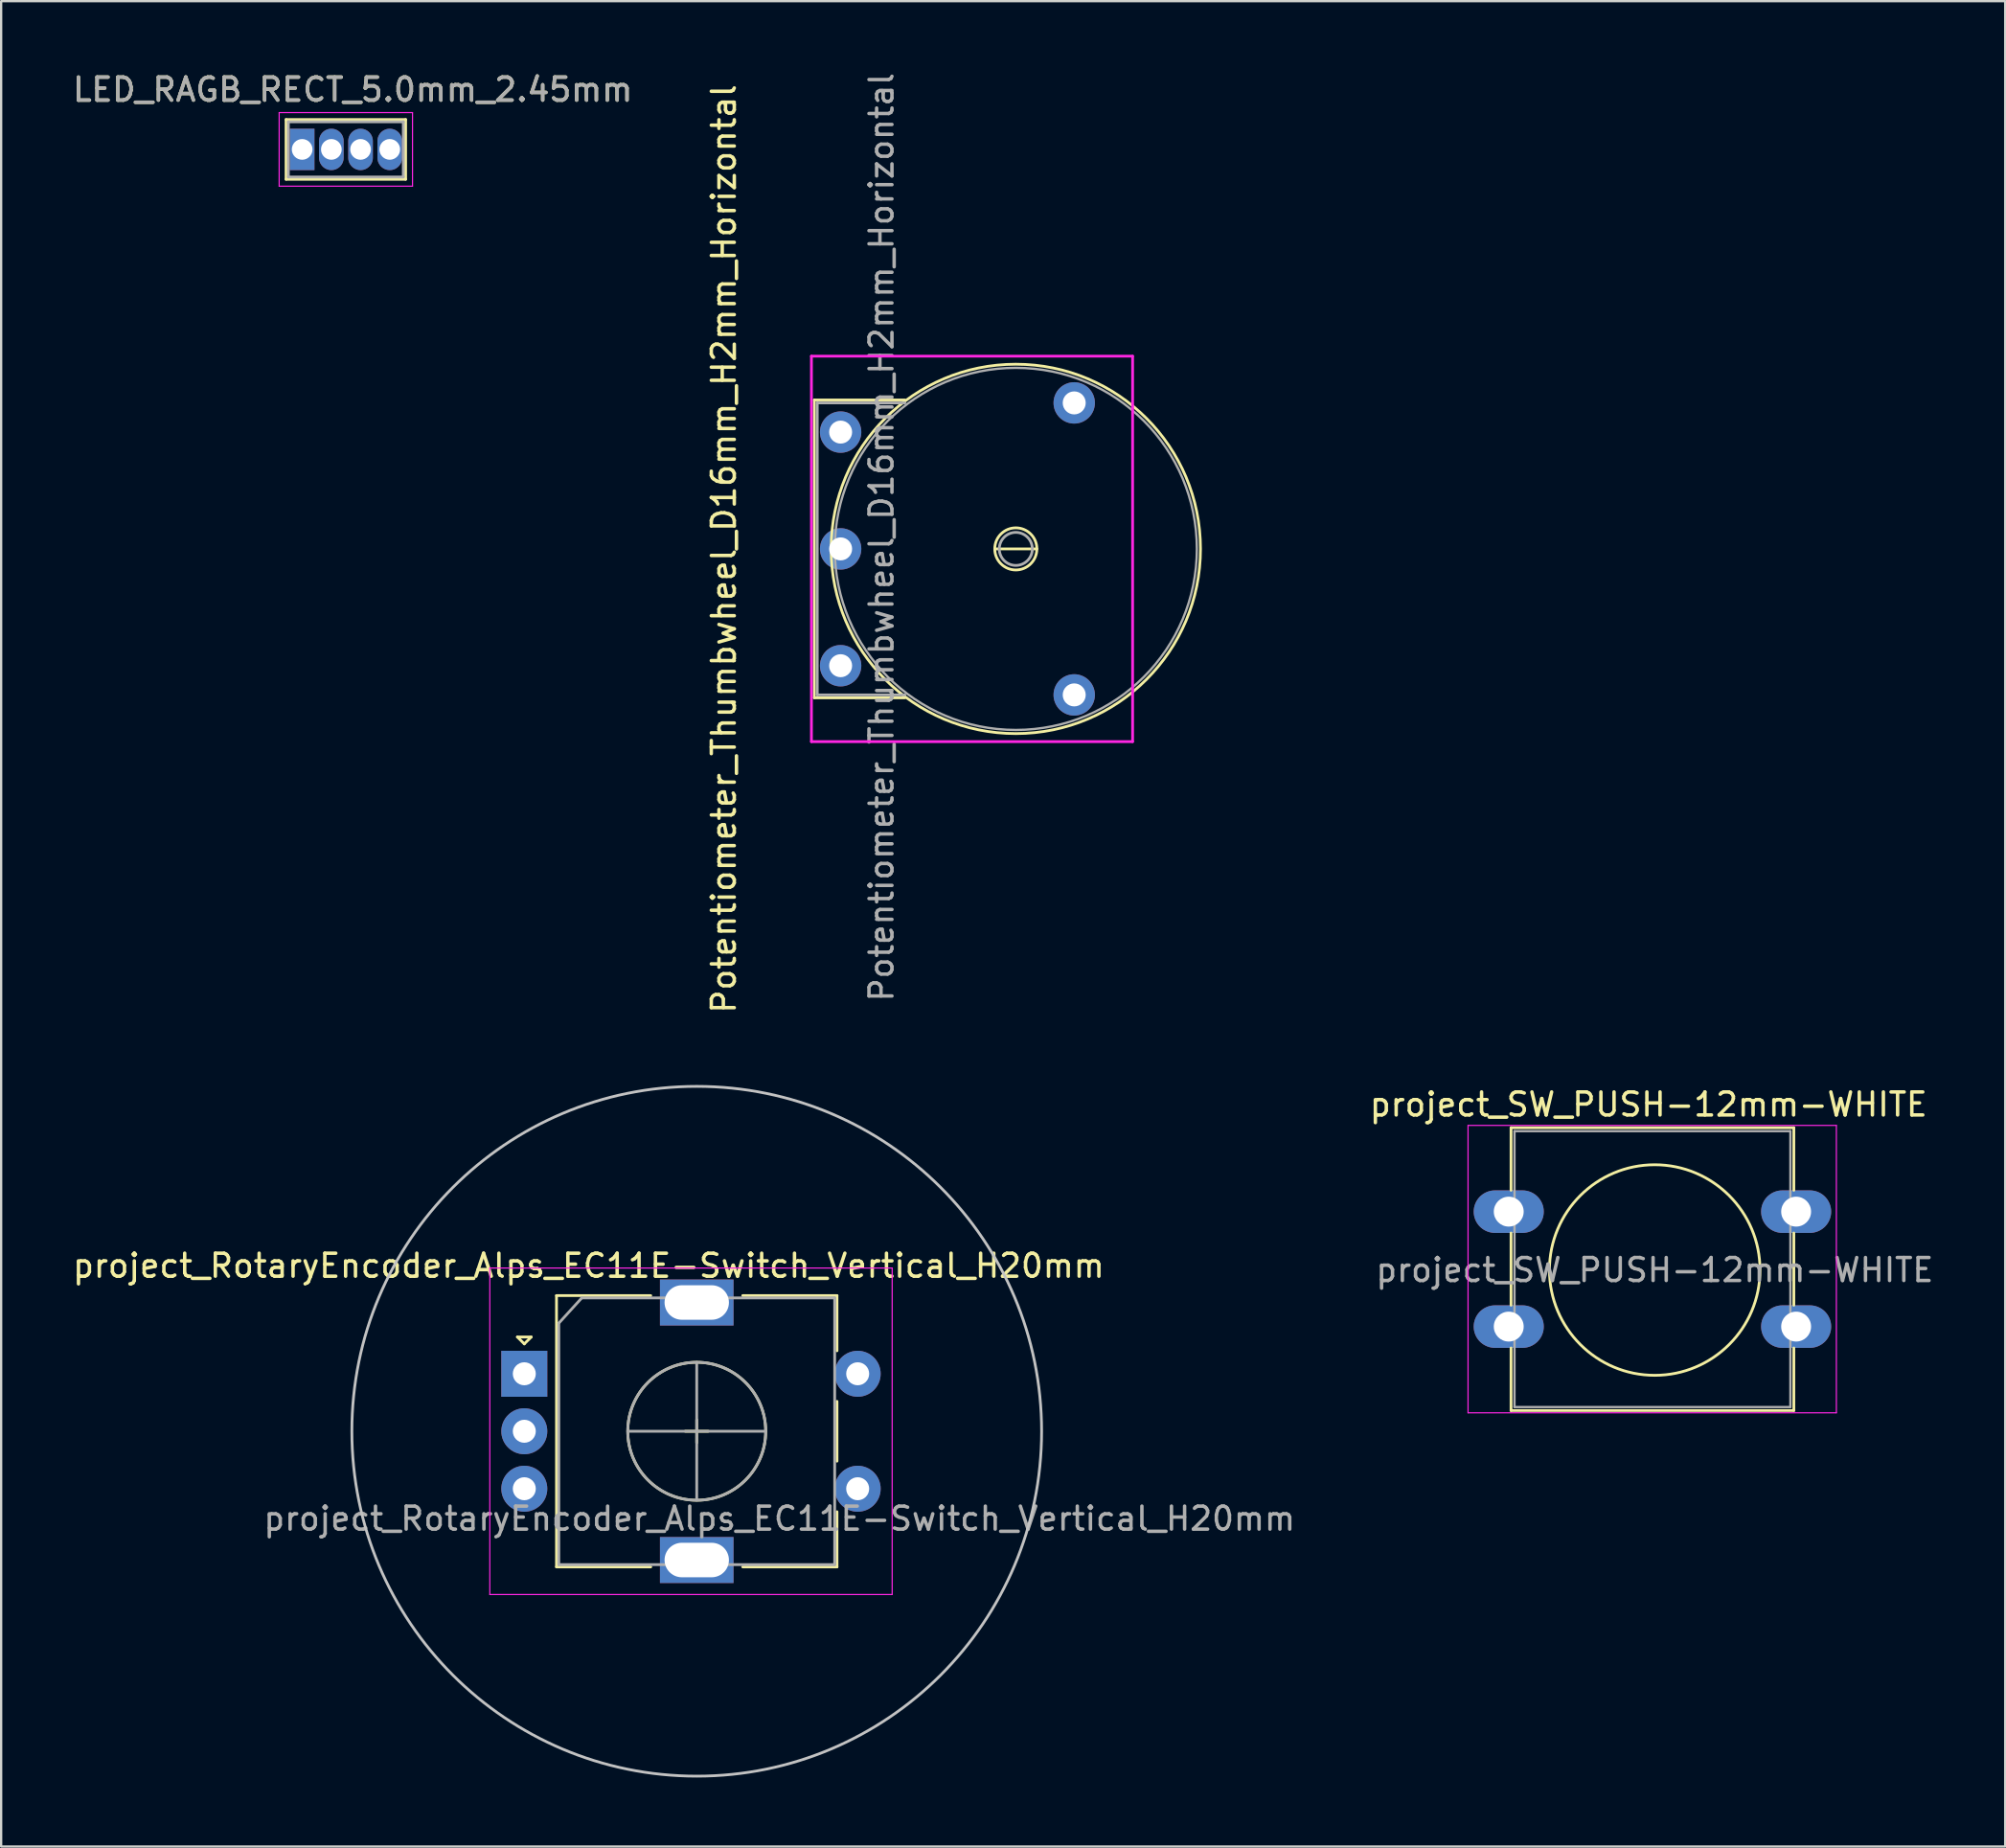
<source format=kicad_pcb>
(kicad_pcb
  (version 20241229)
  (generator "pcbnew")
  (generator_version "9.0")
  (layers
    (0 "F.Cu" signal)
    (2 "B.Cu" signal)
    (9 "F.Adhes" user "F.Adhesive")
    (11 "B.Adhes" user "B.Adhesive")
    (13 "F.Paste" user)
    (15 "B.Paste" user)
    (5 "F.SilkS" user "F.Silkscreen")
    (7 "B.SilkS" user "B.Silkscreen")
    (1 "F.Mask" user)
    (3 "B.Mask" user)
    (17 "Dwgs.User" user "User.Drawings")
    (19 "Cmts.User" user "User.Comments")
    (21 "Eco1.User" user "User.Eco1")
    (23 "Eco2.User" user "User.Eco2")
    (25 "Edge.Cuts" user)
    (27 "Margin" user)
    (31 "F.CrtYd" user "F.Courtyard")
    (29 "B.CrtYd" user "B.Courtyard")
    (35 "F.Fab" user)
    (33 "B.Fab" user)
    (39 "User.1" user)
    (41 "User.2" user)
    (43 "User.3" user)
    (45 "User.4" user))
  (footprint "Potentiometer_Thumbwheel_D16mm_H2mm_Horizontal"
    (layer "F.Cu")
    (at 33.512 15.743)
    (property "Reference" "Potentiometer_Thumbwheel_D16mm_H2mm_Horizontal" (at -5.08 5.08 90) (layer "F.SilkS") (effects (font (size 1 1) (thickness 0.15))))
    (attr through_hole)
    (fp_line (start -1.143 -1.397) (end -1.143 11.557) (stroke (width 0.12) (type solid)) (layer "F.SilkS"))
    (fp_line (start -1.143 -1.397) (end 2.794 -1.397) (stroke (width 0.12) (type solid)) (layer "F.SilkS"))
    (fp_line (start -1.143 11.557) (end 2.794 11.557) (stroke (width 0.12) (type solid)) (layer "F.SilkS"))
    (fp_line (start 6.704 5.08) (end 8.536 5.08) (stroke (width 0.12) (type solid)) (layer "F.SilkS"))
    (fp_circle (center 7.62 5.08) (end 8.382 4.572) (stroke (width 0.12) (type solid)) (fill no) (layer "F.SilkS"))
    (fp_circle (center 7.62 5.08) (end 10.16 -2.54) (stroke (width 0.12) (type solid)) (fill no) (layer "F.SilkS"))
    (fp_line (start -1.27 -3.302) (end -1.27 13.462) (stroke (width 0.12) (type solid)) (layer "F.CrtYd"))
    (fp_line (start -1.27 13.462) (end 12.7 13.462) (stroke (width 0.12) (type solid)) (layer "F.CrtYd"))
    (fp_line (start 12.7 -3.302) (end -1.27 -3.302) (stroke (width 0.12) (type solid)) (layer "F.CrtYd"))
    (fp_line (start 12.7 13.462) (end 12.7 -3.302) (stroke (width 0.12) (type solid)) (layer "F.CrtYd"))
    (fp_line (start -1.016 -1.27) (end -1.016 11.43) (stroke (width 0.12) (type solid)) (layer "F.Fab"))
    (fp_line (start -1.016 11.43) (end 2.794 11.43) (stroke (width 0.12) (type solid)) (layer "F.Fab"))
    (fp_line (start 2.794 -1.27) (end -1.016 -1.27) (stroke (width 0.12) (type solid)) (layer "F.Fab"))
    (fp_circle (center 7.62 5.08) (end 8.128 4.572) (stroke (width 0.12) (type solid)) (fill no) (layer "F.Fab"))
    (fp_circle (center 7.62 5.08) (end 15.494 5.08) (stroke (width 0.1) (type solid)) (fill no) (layer "F.Fab"))
    (fp_text user "${REFERENCE}" (at 1.778 4.572 90) (layer "F.Fab") (effects (font (size 1 1) (thickness 0.15))))
    (pad "1" thru_hole circle (at 0 0) (size 1.8 1.8) (drill 1) (layers "*.Cu" "*.Mask"))
    (pad "2" thru_hole circle (at 0 5.08) (size 1.8 1.8) (drill 1) (layers "*.Cu" "*.Mask"))
    (pad "3" thru_hole circle (at 0 10.16) (size 1.8 1.8) (drill 1) (layers "*.Cu" "*.Mask"))
    (pad "MP" thru_hole circle (at 10.16 -1.27) (size 1.8 1.8) (drill 1) (layers "*.Cu" "*.Mask"))
    (pad "MP" thru_hole circle (at 10.16 11.43) (size 1.8 1.8) (drill 1) (layers "*.Cu" "*.Mask")))
  (footprint "project_SW_PUSH-12mm-WHITE"
    (layer "F.Cu")
    (at 62.571 49.647)
    (property "Reference" "project_SW_PUSH-12mm-WHITE" (at 6.08 -4.66 0) (layer "F.SilkS") (effects (font (size 1 1) (thickness 0.15))))
    (attr through_hole)
    (fp_line (start 0.1 -3.65) (end 12.4 -3.65) (stroke (width 0.12) (type solid)) (layer "F.SilkS"))
    (fp_line (start 0.1 -0.93) (end 0.1 -3.65) (stroke (width 0.12) (type solid)) (layer "F.SilkS"))
    (fp_line (start 0.1 4.07) (end 0.1 0.93) (stroke (width 0.12) (type solid)) (layer "F.SilkS"))
    (fp_line (start 0.1 8.65) (end 0.1 5.93) (stroke (width 0.12) (type solid)) (layer "F.SilkS"))
    (fp_line (start 12.4 -3.65) (end 12.4 -0.93) (stroke (width 0.12) (type solid)) (layer "F.SilkS"))
    (fp_line (start 12.4 0.93) (end 12.4 4.07) (stroke (width 0.12) (type solid)) (layer "F.SilkS"))
    (fp_line (start 12.4 5.93) (end 12.4 8.65) (stroke (width 0.12) (type solid)) (layer "F.SilkS"))
    (fp_line (start 12.4 8.65) (end 0.1 8.65) (stroke (width 0.12) (type solid)) (layer "F.SilkS"))
    (fp_circle (center 6.35 2.54) (end 10.16 5.08) (stroke (width 0.12) (type solid)) (fill no) (layer "F.SilkS"))
    (fp_line (start -1.77 -3.75) (end -1.77 8.75) (stroke (width 0.05) (type solid)) (layer "F.CrtYd"))
    (fp_line (start -1.77 -3.75) (end 14.25 -3.75) (stroke (width 0.05) (type solid)) (layer "F.CrtYd"))
    (fp_line (start 14.25 8.75) (end -1.77 8.75) (stroke (width 0.05) (type solid)) (layer "F.CrtYd"))
    (fp_line (start 14.25 8.75) (end 14.25 -3.75) (stroke (width 0.05) (type solid)) (layer "F.CrtYd"))
    (fp_line (start 0.25 -3.5) (end 0.25 8.5) (stroke (width 0.1) (type solid)) (layer "F.Fab"))
    (fp_line (start 0.25 -3.5) (end 12.25 -3.5) (stroke (width 0.1) (type solid)) (layer "F.Fab"))
    (fp_line (start 0.25 8.5) (end 12.25 8.5) (stroke (width 0.1) (type solid)) (layer "F.Fab"))
    (fp_line (start 12.25 -3.5) (end 12.25 8.5) (stroke (width 0.1) (type solid)) (layer "F.Fab"))
    (fp_text user "${REFERENCE}" (at 6.35 2.54 0) (layer "F.Fab") (effects (font (size 1 1) (thickness 0.15))))
    (pad "1" thru_hole oval (at 0 0) (size 3.048 1.85) (drill 1.3) (layers "*.Cu" "*.Mask"))
    (pad "1" thru_hole oval (at 12.5 0) (size 3.048 1.85) (drill 1.3) (layers "*.Cu" "*.Mask"))
    (pad "2" thru_hole oval (at 0 5) (size 3.048 1.85) (drill 1.3) (layers "*.Cu" "*.Mask"))
    (pad "2" thru_hole oval (at 12.5 5) (size 3.048 1.85) (drill 1.3) (layers "*.Cu" "*.Mask")))
  (footprint "project_RotaryEncoder_Alps_EC11E-Switch_Vertical_H20mm"
    (layer "F.Cu")
    (at 19.754 56.699)
    (property "Reference" "project_RotaryEncoder_Alps_EC11E-Switch_Vertical_H20mm" (at 2.8 -4.7 0) (layer "F.SilkS") (effects (font (size 1 1) (thickness 0.15))))
    (attr through_hole)
    (fp_line (start -0.3 -1.6) (end 0.3 -1.6) (stroke (width 0.12) (type solid)) (layer "F.SilkS"))
    (fp_line (start 0 -1.3) (end -0.3 -1.6) (stroke (width 0.12) (type solid)) (layer "F.SilkS"))
    (fp_line (start 0.3 -1.6) (end 0 -1.3) (stroke (width 0.12) (type solid)) (layer "F.SilkS"))
    (fp_line (start 1.4 -3.4) (end 1.4 8.4) (stroke (width 0.12) (type solid)) (layer "F.SilkS"))
    (fp_line (start 5.5 -3.4) (end 1.4 -3.4) (stroke (width 0.12) (type solid)) (layer "F.SilkS"))
    (fp_line (start 5.5 8.4) (end 1.4 8.4) (stroke (width 0.12) (type solid)) (layer "F.SilkS"))
    (fp_line (start 7 2.5) (end 8 2.5) (stroke (width 0.12) (type solid)) (layer "F.SilkS"))
    (fp_line (start 7.5 2) (end 7.5 3) (stroke (width 0.12) (type solid)) (layer "F.SilkS"))
    (fp_line (start 9.5 -3.4) (end 13.6 -3.4) (stroke (width 0.12) (type solid)) (layer "F.SilkS"))
    (fp_line (start 13.6 -3.4) (end 13.6 -1) (stroke (width 0.12) (type solid)) (layer "F.SilkS"))
    (fp_line (start 13.6 1.2) (end 13.6 3.8) (stroke (width 0.12) (type solid)) (layer "F.SilkS"))
    (fp_line (start 13.6 6) (end 13.6 8.4) (stroke (width 0.12) (type solid)) (layer "F.SilkS"))
    (fp_line (start 13.6 8.4) (end 9.5 8.4) (stroke (width 0.12) (type solid)) (layer "F.SilkS"))
    (fp_circle (center 7.5 2.5) (end 10.5 2.5) (stroke (width 0.12) (type solid)) (fill no) (layer "F.SilkS"))
    (fp_circle (center 7.5 2.5) (end 22.5 2.5) (stroke (width 0.12) (type solid)) (fill no) (layer "Dwgs.User"))
    (fp_line (start -1.5 -4.6) (end -1.5 9.6) (stroke (width 0.05) (type solid)) (layer "F.CrtYd"))
    (fp_line (start -1.5 -4.6) (end 16 -4.6) (stroke (width 0.05) (type solid)) (layer "F.CrtYd"))
    (fp_line (start 16 9.6) (end -1.5 9.6) (stroke (width 0.05) (type solid)) (layer "F.CrtYd"))
    (fp_line (start 16 9.6) (end 16 -4.6) (stroke (width 0.05) (type solid)) (layer "F.CrtYd"))
    (fp_line (start 1.5 -2.2) (end 2.5 -3.3) (stroke (width 0.12) (type solid)) (layer "F.Fab"))
    (fp_line (start 1.5 8.3) (end 1.5 -2.2) (stroke (width 0.12) (type solid)) (layer "F.Fab"))
    (fp_line (start 2.5 -3.3) (end 13.5 -3.3) (stroke (width 0.12) (type solid)) (layer "F.Fab"))
    (fp_line (start 4.5 2.5) (end 10.5 2.5) (stroke (width 0.12) (type solid)) (layer "F.Fab"))
    (fp_line (start 7.5 -0.5) (end 7.5 5.5) (stroke (width 0.12) (type solid)) (layer "F.Fab"))
    (fp_line (start 13.5 -3.3) (end 13.5 8.3) (stroke (width 0.12) (type solid)) (layer "F.Fab"))
    (fp_line (start 13.5 8.3) (end 1.5 8.3) (stroke (width 0.12) (type solid)) (layer "F.Fab"))
    (fp_circle (center 7.5 2.5) (end 10.5 2.5) (stroke (width 0.12) (type solid)) (fill no) (layer "F.Fab"))
    (fp_text user "${REFERENCE}" (at 11.1 6.3 0) (layer "F.Fab") (effects (font (size 1 1) (thickness 0.15))))
    (pad "A" thru_hole rect (at 0 0) (size 2 2) (drill 1) (layers "*.Cu" "*.Mask"))
    (pad "B" thru_hole circle (at 0 5) (size 2 2) (drill 1) (layers "*.Cu" "*.Mask"))
    (pad "C" thru_hole circle (at 0 2.5) (size 2 2) (drill 1) (layers "*.Cu" "*.Mask"))
    (pad "MP" thru_hole rect (at 7.5 -3.1) (size 3.2 2) (drill oval 2.8 1.5) (layers "*.Cu" "*.Mask"))
    (pad "MP" thru_hole rect (at 7.5 8.1) (size 3.2 2) (drill oval 2.8 1.5) (layers "*.Cu" "*.Mask"))
    (pad "S1" thru_hole circle (at 14.5 5) (size 2 2) (drill 1) (layers "*.Cu" "*.Mask"))
    (pad "S2" thru_hole circle (at 14.5 0) (size 2 2) (drill 1) (layers "*.Cu" "*.Mask")))
  (footprint "LED_RAGB_RECT_5.0mm_2.45mm"
    (layer "F.Cu")
    (at 10.092 3.448)
    (property "Reference" "LED_RAGB_RECT_5.0mm_2.45mm" (at 2.2 -2.6 0) (layer "F.SilkS") (effects (font (size 1 1) (thickness 0.15))))
    (attr through_hole)
    (fp_line (start -0.7 -1.3) (end 4.5 -1.3) (stroke (width 0.12) (type solid)) (layer "F.SilkS"))
    (fp_line (start -0.7 1.3) (end -0.7 -1.3) (stroke (width 0.12) (type solid)) (layer "F.SilkS"))
    (fp_line (start 4.5 -1.3) (end 4.5 1.3) (stroke (width 0.12) (type solid)) (layer "F.SilkS"))
    (fp_line (start 4.5 1.3) (end -0.7 1.3) (stroke (width 0.12) (type solid)) (layer "F.SilkS"))
    (fp_line (start -1 -1.6) (end -1 1.6) (stroke (width 0.05) (type solid)) (layer "F.CrtYd"))
    (fp_line (start -1 1.6) (end 4.8 1.6) (stroke (width 0.05) (type solid)) (layer "F.CrtYd"))
    (fp_line (start 4.8 -1.6) (end -1 -1.6) (stroke (width 0.05) (type solid)) (layer "F.CrtYd"))
    (fp_line (start 4.8 1.6) (end 4.8 -1.6) (stroke (width 0.05) (type solid)) (layer "F.CrtYd"))
    (fp_line (start -0.6 -1.2) (end 4.4 -1.2) (stroke (width 0.12) (type solid)) (layer "F.Fab"))
    (fp_line (start -0.6 1.2) (end -0.6 -1.2) (stroke (width 0.12) (type solid)) (layer "F.Fab"))
    (fp_line (start 4.4 -1.2) (end 4.4 1.2) (stroke (width 0.12) (type solid)) (layer "F.Fab"))
    (fp_line (start 4.4 1.2) (end -0.6 1.2) (stroke (width 0.12) (type solid)) (layer "F.Fab"))
    (fp_text user "${REFERENCE}" (at 2.2 -2.6 0) (layer "F.Fab") (effects (font (size 1 1) (thickness 0.15))))
    (pad "1" thru_hole rect (at 0 0) (size 1.07 1.8) (drill 0.9) (layers "*.Cu" "*.Mask"))
    (pad "2" thru_hole oval (at 1.27 0) (size 1.07 1.8) (drill 0.9) (layers "*.Cu" "*.Mask"))
    (pad "3" thru_hole oval (at 2.54 0) (size 1.07 1.8) (drill 0.9) (layers "*.Cu" "*.Mask"))
    (pad "4" thru_hole oval (at 3.81 0) (size 1.07 1.8) (drill 0.9) (layers "*.Cu" "*.Mask")))
  (gr_rect
    (start -3 -3)
    (end 84.165 77.259)
    (stroke (width 0.1) (type default))
    (fill no)
    (layer "Edge.Cuts")))
</source>
